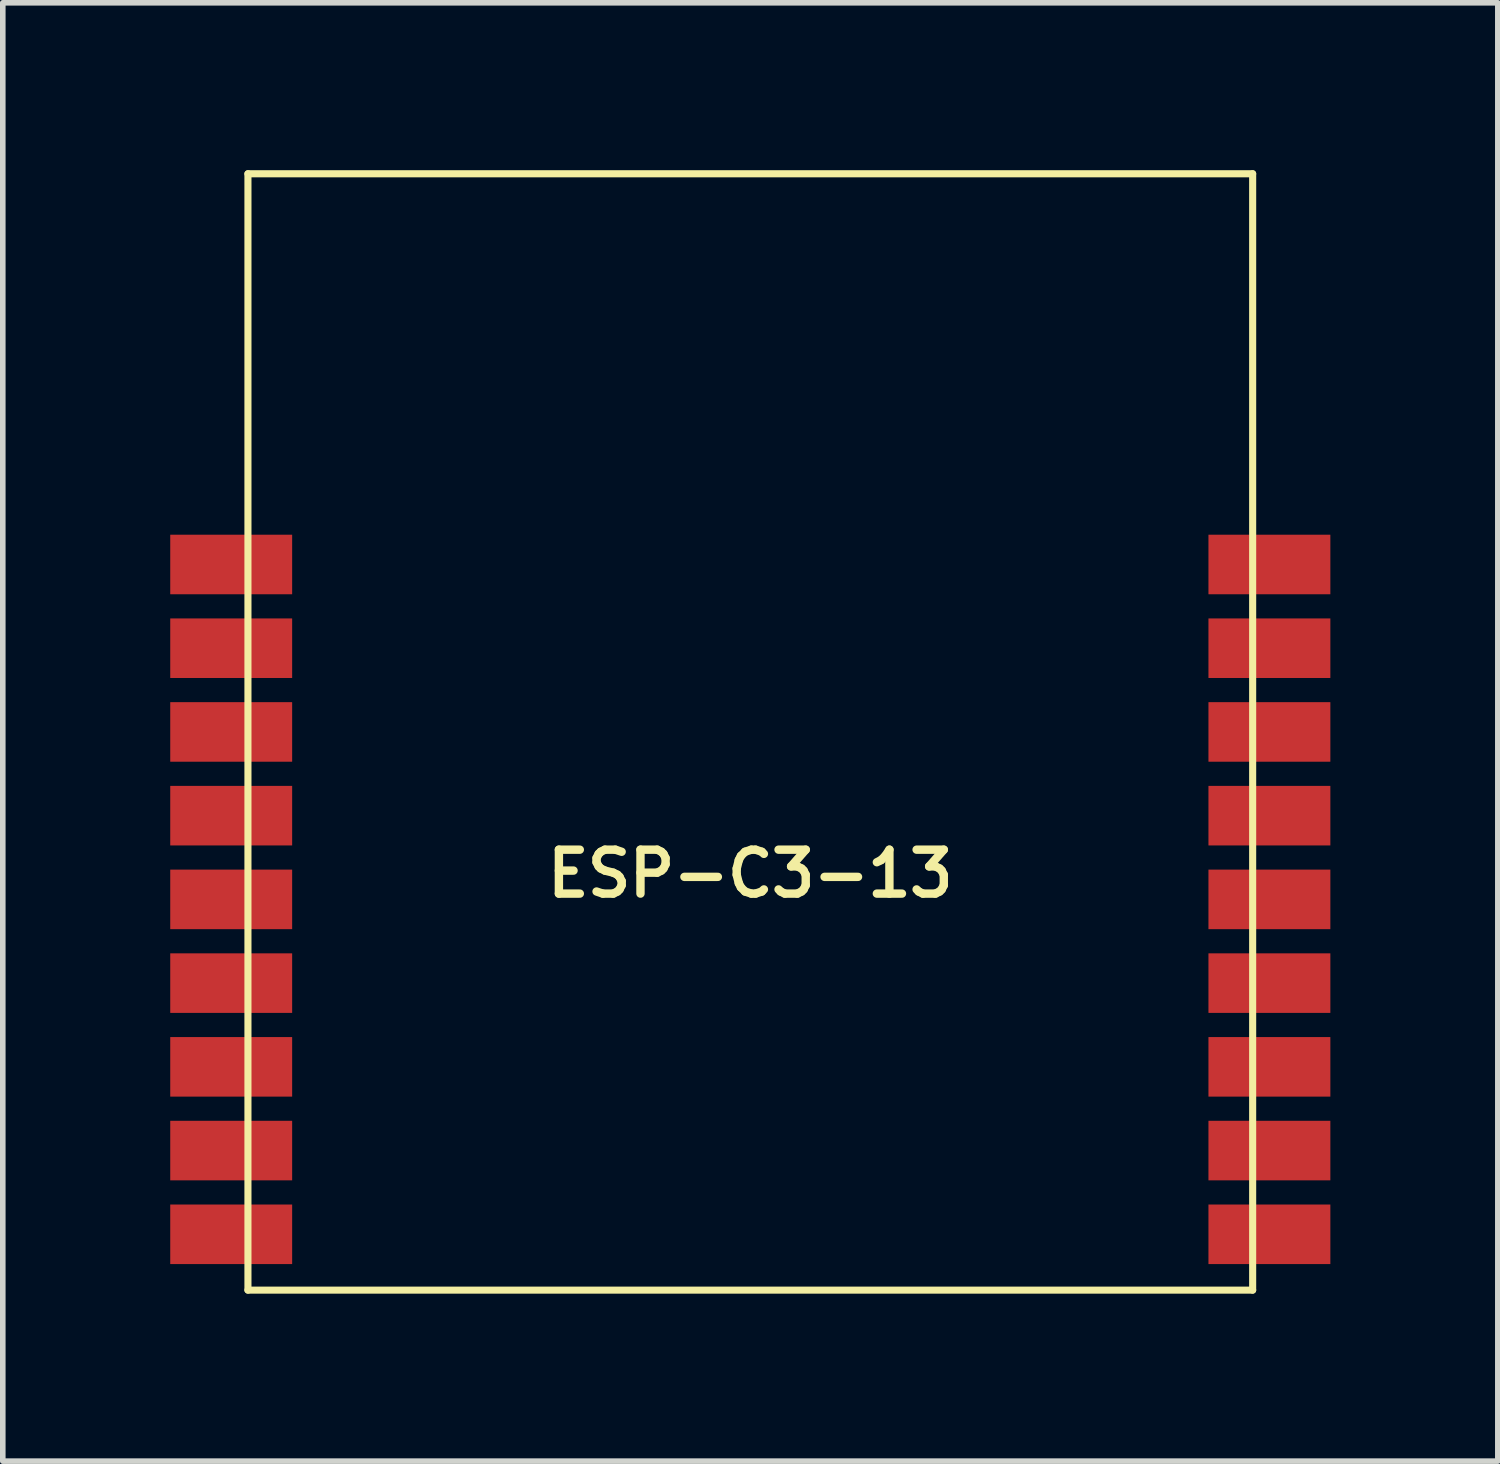
<source format=kicad_pcb>
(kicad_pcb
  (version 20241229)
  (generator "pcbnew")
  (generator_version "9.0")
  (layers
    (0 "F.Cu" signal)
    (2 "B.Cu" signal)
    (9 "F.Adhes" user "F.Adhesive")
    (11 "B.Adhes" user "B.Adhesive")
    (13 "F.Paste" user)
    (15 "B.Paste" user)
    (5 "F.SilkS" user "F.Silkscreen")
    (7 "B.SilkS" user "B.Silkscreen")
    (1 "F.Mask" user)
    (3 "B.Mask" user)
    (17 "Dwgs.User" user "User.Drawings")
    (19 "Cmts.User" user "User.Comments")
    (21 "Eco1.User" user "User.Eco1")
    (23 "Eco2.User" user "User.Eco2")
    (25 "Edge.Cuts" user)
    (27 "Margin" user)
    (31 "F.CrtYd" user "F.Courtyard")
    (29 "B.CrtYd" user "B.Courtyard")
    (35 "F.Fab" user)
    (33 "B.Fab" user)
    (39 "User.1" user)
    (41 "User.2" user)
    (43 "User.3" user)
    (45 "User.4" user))
  (footprint "ESP-C3-13"
    (layer "F.Cu")
    (at 10.392 10.063)
    (property "Reference" "ESP-C3-13" (at 0 2.54 0) (layer "F.SilkS") (effects (font (size 0.787 0.787) (thickness 0.15))))
    (attr through_hole)
    (fp_line (start -9 -10) (end 9 -10) (stroke (width 0.127) (type solid)) (layer "F.SilkS"))
    (fp_line (start -9 10) (end -9 -10) (stroke (width 0.127) (type solid)) (layer "F.SilkS"))
    (fp_line (start 9 -10) (end 9 10) (stroke (width 0.127) (type solid)) (layer "F.SilkS"))
    (fp_line (start 9 10) (end -9 10) (stroke (width 0.127) (type solid)) (layer "F.SilkS"))
    (pad "1" smd rect (at -9.3 -3) (size 2.184 1.067) (layers "F.Cu" "F.Mask" "F.Paste"))
    (pad "2" smd rect (at -9.3 -1.5) (size 2.184 1.067) (layers "F.Cu" "F.Mask" "F.Paste"))
    (pad "3" smd rect (at -9.3 0) (size 2.184 1.067) (layers "F.Cu" "F.Mask" "F.Paste"))
    (pad "4" smd rect (at -9.3 1.5) (size 2.184 1.067) (layers "F.Cu" "F.Mask" "F.Paste"))
    (pad "5" smd rect (at -9.3 3) (size 2.184 1.067) (layers "F.Cu" "F.Mask" "F.Paste"))
    (pad "6" smd rect (at -9.3 4.5) (size 2.184 1.067) (layers "F.Cu" "F.Mask" "F.Paste"))
    (pad "7" smd rect (at -9.3 6) (size 2.184 1.067) (layers "F.Cu" "F.Mask" "F.Paste"))
    (pad "8" smd rect (at -9.3 7.5) (size 2.184 1.067) (layers "F.Cu" "F.Mask" "F.Paste"))
    (pad "9" smd rect (at -9.3 9) (size 2.184 1.067) (layers "F.Cu" "F.Mask" "F.Paste"))
    (pad "10" smd rect (at 9.3 9) (size 2.184 1.067) (layers "F.Cu" "F.Mask" "F.Paste"))
    (pad "11" smd rect (at 9.3 7.5) (size 2.184 1.067) (layers "F.Cu" "F.Mask" "F.Paste"))
    (pad "12" smd rect (at 9.3 6) (size 2.184 1.067) (layers "F.Cu" "F.Mask" "F.Paste"))
    (pad "13" smd rect (at 9.3 4.5) (size 2.184 1.067) (layers "F.Cu" "F.Mask" "F.Paste"))
    (pad "14" smd rect (at 9.3 3) (size 2.184 1.067) (layers "F.Cu" "F.Mask" "F.Paste"))
    (pad "15" smd rect (at 9.3 1.5) (size 2.184 1.067) (layers "F.Cu" "F.Mask" "F.Paste"))
    (pad "16" smd rect (at 9.3 0) (size 2.184 1.067) (layers "F.Cu" "F.Mask" "F.Paste"))
    (pad "17" smd rect (at 9.3 -1.5) (size 2.184 1.067) (layers "F.Cu" "F.Mask" "F.Paste"))
    (pad "18" smd rect (at 9.3 -3) (size 2.184 1.067) (layers "F.Cu" "F.Mask" "F.Paste")))
  (gr_rect
    (start -3 -3)
    (end 23.784 23.127)
    (stroke (width 0.1) (type default))
    (fill no)
    (layer "Edge.Cuts")))
</source>
